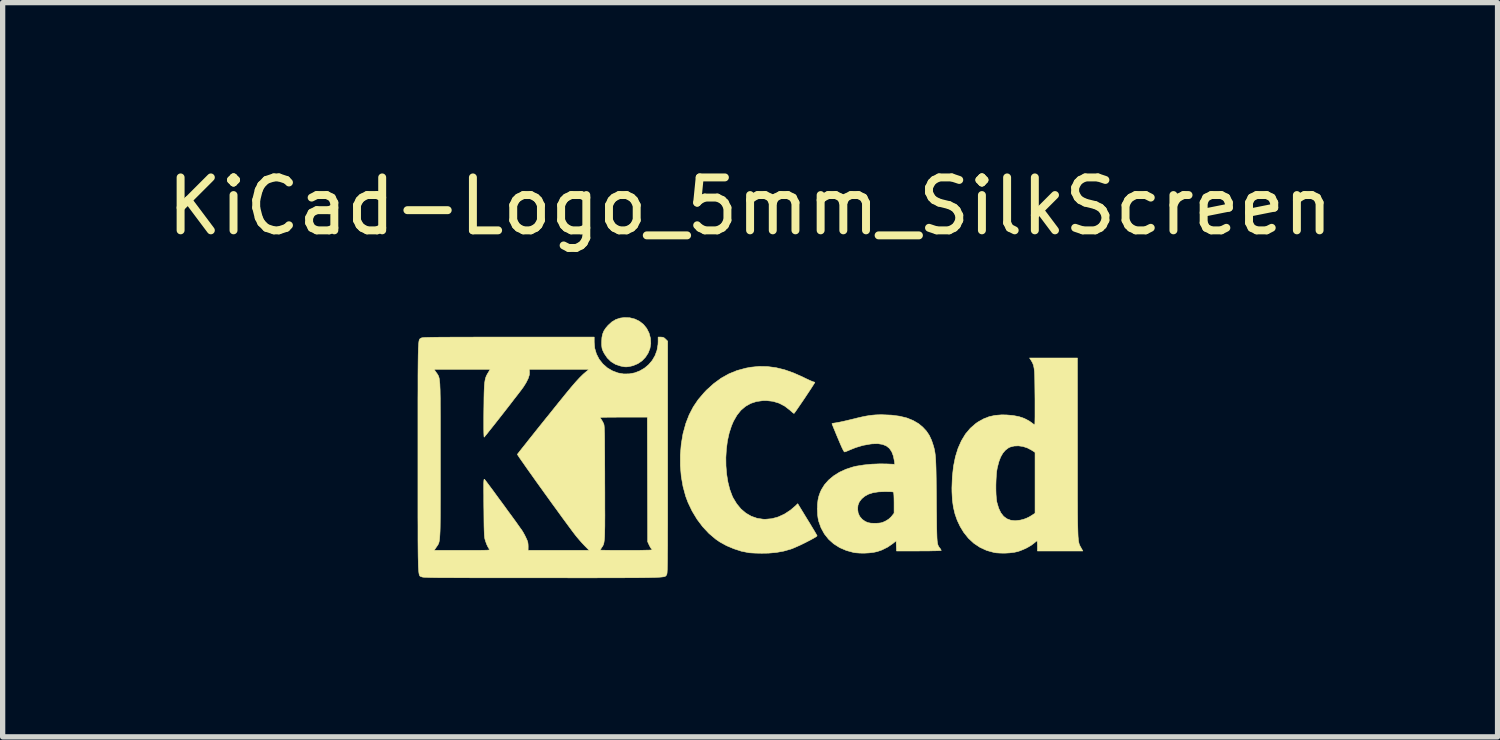
<source format=kicad_pcb>
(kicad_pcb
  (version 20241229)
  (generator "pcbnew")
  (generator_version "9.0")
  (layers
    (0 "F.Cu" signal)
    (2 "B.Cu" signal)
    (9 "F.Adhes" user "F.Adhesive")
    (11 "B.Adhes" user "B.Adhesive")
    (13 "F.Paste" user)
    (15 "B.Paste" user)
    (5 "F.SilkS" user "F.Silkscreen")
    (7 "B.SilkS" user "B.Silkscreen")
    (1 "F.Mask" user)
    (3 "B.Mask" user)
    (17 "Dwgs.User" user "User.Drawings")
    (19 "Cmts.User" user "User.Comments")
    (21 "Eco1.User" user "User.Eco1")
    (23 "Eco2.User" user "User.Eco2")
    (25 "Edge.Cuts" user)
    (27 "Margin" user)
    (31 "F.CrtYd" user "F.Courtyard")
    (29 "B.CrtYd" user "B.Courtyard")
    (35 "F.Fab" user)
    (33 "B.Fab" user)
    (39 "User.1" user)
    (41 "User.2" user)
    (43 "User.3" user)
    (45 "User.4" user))
  (footprint "KiCad-Logo_5mm_SilkScreen"
    (layer "F.Cu")
    (at 11.125 5.928)
    (property "Reference" "KiCad-Logo_5mm_SilkScreen" (at 0 -5.08 0) (layer "F.SilkS") (effects (font (size 1 1) (thickness 0.15))))
    (attr exclude_from_pos_files exclude_from_bom allow_missing_courtyard)
    (fp_poly (pts (xy -2.273 -2.973) (xy -2.177 -2.949) (xy -2.09 -2.906) (xy -2.015 -2.847) (xy -1.954 -2.772) (xy -1.909 -2.683) (xy -1.883 -2.586) (xy -1.877 -2.489) (xy -1.892 -2.395) (xy -1.926 -2.307) (xy -1.977 -2.228) (xy -2.042 -2.16) (xy -2.121 -2.106) (xy -2.212 -2.068) (xy -2.263 -2.056) (xy -2.308 -2.048) (xy -2.342 -2.045) (xy -2.375 -2.047) (xy -2.415 -2.054) (xy -2.449 -2.061) (xy -2.542 -2.092) (xy -2.626 -2.143) (xy -2.698 -2.213) (xy -2.756 -2.298) (xy -2.77 -2.326) (xy -2.787 -2.362) (xy -2.797 -2.392) (xy -2.802 -2.425) (xy -2.805 -2.466) (xy -2.805 -2.512) (xy -2.801 -2.596) (xy -2.787 -2.665) (xy -2.762 -2.726) (xy -2.723 -2.784) (xy -2.684 -2.829) (xy -2.612 -2.895) (xy -2.537 -2.94) (xy -2.455 -2.967) (xy -2.377 -2.977) (xy -2.273 -2.973)) (stroke (width 0.01) (type solid)) (fill yes) (layer "F.SilkS"))
    (fp_poly (pts (xy 0.328 -2.051) (xy 0.489 -2.03) (xy 0.653 -1.99) (xy 0.822 -1.93) (xy 1 -1.851) (xy 1.011 -1.845) (xy 1.069 -1.817) (xy 1.121 -1.793) (xy 1.162 -1.775) (xy 1.19 -1.764) (xy 1.2 -1.761) (xy 1.219 -1.756) (xy 1.224 -1.752) (xy 1.218 -1.741) (xy 1.202 -1.715) (xy 1.177 -1.676) (xy 1.145 -1.626) (xy 1.107 -1.569) (xy 1.066 -1.507) (xy 1.023 -1.442) (xy 0.98 -1.379) (xy 0.939 -1.319) (xy 0.902 -1.265) (xy 0.871 -1.22) (xy 0.847 -1.186) (xy 0.832 -1.167) (xy 0.83 -1.165) (xy 0.82 -1.17) (xy 0.798 -1.187) (xy 0.767 -1.214) (xy 0.752 -1.228) (xy 0.655 -1.303) (xy 0.548 -1.359) (xy 0.433 -1.394) (xy 0.31 -1.408) (xy 0.241 -1.407) (xy 0.119 -1.39) (xy 0.01 -1.354) (xy -0.087 -1.299) (xy -0.174 -1.225) (xy -0.249 -1.131) (xy -0.314 -1.018) (xy -0.351 -0.931) (xy -0.395 -0.796) (xy -0.428 -0.648) (xy -0.448 -0.493) (xy -0.458 -0.333) (xy -0.456 -0.173) (xy -0.443 -0.016) (xy -0.419 0.133) (xy -0.384 0.271) (xy -0.338 0.395) (xy -0.322 0.429) (xy -0.253 0.543) (xy -0.173 0.64) (xy -0.081 0.718) (xy 0.02 0.777) (xy 0.13 0.816) (xy 0.247 0.834) (xy 0.289 0.835) (xy 0.41 0.824) (xy 0.531 0.791) (xy 0.649 0.737) (xy 0.762 0.663) (xy 0.854 0.585) (xy 0.9 0.54) (xy 1.081 0.837) (xy 1.127 0.911) (xy 1.168 0.98) (xy 1.204 1.039) (xy 1.233 1.088) (xy 1.254 1.124) (xy 1.265 1.144) (xy 1.266 1.147) (xy 1.258 1.157) (xy 1.233 1.174) (xy 1.193 1.197) (xy 1.142 1.225) (xy 1.084 1.255) (xy 1.021 1.287) (xy 0.958 1.318) (xy 0.896 1.346) (xy 0.839 1.371) (xy 0.791 1.391) (xy 0.768 1.399) (xy 0.634 1.437) (xy 0.496 1.462) (xy 0.349 1.475) (xy 0.222 1.477) (xy 0.154 1.476) (xy 0.088 1.474) (xy 0.031 1.471) (xy -0.013 1.468) (xy -0.027 1.466) (xy -0.166 1.438) (xy -0.307 1.392) (xy -0.445 1.334) (xy -0.572 1.264) (xy -0.649 1.211) (xy -0.777 1.103) (xy -0.895 0.977) (xy -1.002 0.835) (xy -1.095 0.681) (xy -1.173 0.518) (xy -1.217 0.401) (xy -1.267 0.217) (xy -1.301 0.023) (xy -1.318 -0.179) (xy -1.318 -0.382) (xy -1.301 -0.584) (xy -1.268 -0.781) (xy -1.217 -0.967) (xy -1.214 -0.978) (xy -1.151 -1.14) (xy -1.074 -1.288) (xy -0.981 -1.426) (xy -0.868 -1.558) (xy -0.825 -1.604) (xy -0.688 -1.728) (xy -0.549 -1.83) (xy -0.403 -1.912) (xy -0.249 -1.975) (xy -0.084 -2.02) (xy 0.011 -2.038) (xy 0.17 -2.054) (xy 0.328 -2.051)) (stroke (width 0.01) (type solid)) (fill yes) (layer "F.SilkS"))
    (fp_poly (pts (xy 6.187 -0.528) (xy 6.187 -0.293) (xy 6.187 -0.08) (xy 6.187 0.112) (xy 6.187 0.285) (xy 6.187 0.441) (xy 6.188 0.579) (xy 6.188 0.701) (xy 6.189 0.808) (xy 6.19 0.901) (xy 6.192 0.982) (xy 6.194 1.051) (xy 6.196 1.11) (xy 6.198 1.159) (xy 6.202 1.2) (xy 6.205 1.234) (xy 6.21 1.262) (xy 6.214 1.285) (xy 6.22 1.304) (xy 6.226 1.321) (xy 6.233 1.335) (xy 6.24 1.349) (xy 6.249 1.364) (xy 6.254 1.373) (xy 6.288 1.434) (xy 5.43 1.434) (xy 5.43 1.338) (xy 5.429 1.294) (xy 5.427 1.261) (xy 5.424 1.243) (xy 5.423 1.242) (xy 5.412 1.249) (xy 5.389 1.267) (xy 5.366 1.286) (xy 5.312 1.327) (xy 5.242 1.368) (xy 5.165 1.405) (xy 5.088 1.435) (xy 5.057 1.445) (xy 4.989 1.46) (xy 4.906 1.47) (xy 4.816 1.475) (xy 4.728 1.474) (xy 4.649 1.469) (xy 4.612 1.463) (xy 4.473 1.425) (xy 4.346 1.367) (xy 4.23 1.29) (xy 4.127 1.195) (xy 4.036 1.081) (xy 3.969 0.97) (xy 3.914 0.854) (xy 3.872 0.734) (xy 3.842 0.608) (xy 3.823 0.472) (xy 3.815 0.32) (xy 3.814 0.243) (xy 3.816 0.186) (xy 4.645 0.186) (xy 4.645 0.279) (xy 4.648 0.367) (xy 4.654 0.444) (xy 4.662 0.505) (xy 4.665 0.517) (xy 4.697 0.625) (xy 4.738 0.712) (xy 4.79 0.779) (xy 4.853 0.826) (xy 4.926 0.853) (xy 5.011 0.862) (xy 5.107 0.851) (xy 5.17 0.835) (xy 5.219 0.817) (xy 5.274 0.791) (xy 5.314 0.767) (xy 5.385 0.721) (xy 5.385 -0.429) (xy 5.317 -0.473) (xy 5.239 -0.514) (xy 5.155 -0.541) (xy 5.07 -0.553) (xy 4.988 -0.549) (xy 4.915 -0.53) (xy 4.883 -0.515) (xy 4.826 -0.472) (xy 4.777 -0.415) (xy 4.735 -0.342) (xy 4.701 -0.252) (xy 4.672 -0.141) (xy 4.671 -0.135) (xy 4.66 -0.073) (xy 4.653 0.005) (xy 4.648 0.093) (xy 4.645 0.186) (xy 3.816 0.186) (xy 3.822 0.03) (xy 3.844 -0.166) (xy 3.88 -0.345) (xy 3.93 -0.506) (xy 3.994 -0.65) (xy 4.071 -0.777) (xy 4.163 -0.886) (xy 4.268 -0.977) (xy 4.314 -1.008) (xy 4.415 -1.064) (xy 4.518 -1.104) (xy 4.628 -1.128) (xy 4.749 -1.138) (xy 4.842 -1.137) (xy 4.971 -1.126) (xy 5.084 -1.104) (xy 5.183 -1.07) (xy 5.271 -1.024) (xy 5.32 -0.99) (xy 5.349 -0.968) (xy 5.371 -0.953) (xy 5.379 -0.948) (xy 5.381 -0.959) (xy 5.382 -0.99) (xy 5.383 -1.037) (xy 5.384 -1.1) (xy 5.384 -1.173) (xy 5.384 -1.256) (xy 5.384 -1.344) (xy 5.384 -1.436) (xy 5.383 -1.528) (xy 5.382 -1.618) (xy 5.381 -1.704) (xy 5.38 -1.781) (xy 5.379 -1.848) (xy 5.377 -1.902) (xy 5.375 -1.94) (xy 5.375 -1.947) (xy 5.367 -2.018) (xy 5.356 -2.073) (xy 5.338 -2.12) (xy 5.312 -2.166) (xy 5.305 -2.176) (xy 5.281 -2.213) (xy 6.186 -2.213) (xy 6.187 -0.528)) (stroke (width 0.01) (type solid)) (fill yes) (layer "F.SilkS"))
    (fp_poly (pts (xy 2.674 -1.133) (xy 2.825 -1.113) (xy 2.961 -1.08) (xy 3.08 -1.032) (xy 3.185 -0.971) (xy 3.262 -0.907) (xy 3.331 -0.833) (xy 3.385 -0.753) (xy 3.428 -0.661) (xy 3.443 -0.618) (xy 3.456 -0.579) (xy 3.467 -0.543) (xy 3.477 -0.508) (xy 3.485 -0.472) (xy 3.492 -0.433) (xy 3.498 -0.39) (xy 3.503 -0.34) (xy 3.507 -0.283) (xy 3.51 -0.215) (xy 3.513 -0.136) (xy 3.515 -0.043) (xy 3.517 0.066) (xy 3.518 0.192) (xy 3.52 0.337) (xy 3.521 0.48) (xy 3.522 0.636) (xy 3.524 0.771) (xy 3.525 0.887) (xy 3.526 0.986) (xy 3.528 1.068) (xy 3.53 1.136) (xy 3.532 1.192) (xy 3.535 1.236) (xy 3.539 1.271) (xy 3.544 1.299) (xy 3.55 1.321) (xy 3.557 1.338) (xy 3.565 1.352) (xy 3.574 1.366) (xy 3.585 1.38) (xy 3.59 1.385) (xy 3.605 1.408) (xy 3.612 1.423) (xy 3.612 1.424) (xy 3.602 1.426) (xy 3.571 1.428) (xy 3.522 1.43) (xy 3.458 1.431) (xy 3.382 1.433) (xy 3.295 1.433) (xy 3.2 1.434) (xy 3.19 1.434) (xy 2.767 1.434) (xy 2.763 1.338) (xy 2.76 1.242) (xy 2.698 1.293) (xy 2.601 1.36) (xy 2.491 1.415) (xy 2.404 1.445) (xy 2.335 1.46) (xy 2.252 1.47) (xy 2.162 1.475) (xy 2.074 1.474) (xy 1.995 1.468) (xy 1.959 1.463) (xy 1.819 1.425) (xy 1.692 1.37) (xy 1.58 1.299) (xy 1.484 1.213) (xy 1.404 1.112) (xy 1.341 0.997) (xy 1.296 0.871) (xy 1.284 0.814) (xy 1.276 0.752) (xy 1.273 0.677) (xy 1.272 0.643) (xy 1.272 0.64) (xy 2.032 0.64) (xy 2.042 0.715) (xy 2.07 0.779) (xy 2.118 0.835) (xy 2.123 0.839) (xy 2.172 0.874) (xy 2.223 0.897) (xy 2.284 0.909) (xy 2.359 0.911) (xy 2.377 0.911) (xy 2.431 0.908) (xy 2.471 0.903) (xy 2.506 0.893) (xy 2.545 0.876) (xy 2.556 0.871) (xy 2.616 0.835) (xy 2.663 0.792) (xy 2.676 0.777) (xy 2.721 0.72) (xy 2.721 0.525) (xy 2.72 0.446) (xy 2.718 0.388) (xy 2.715 0.349) (xy 2.711 0.327) (xy 2.707 0.32) (xy 2.691 0.317) (xy 2.657 0.314) (xy 2.61 0.313) (xy 2.555 0.312) (xy 2.546 0.312) (xy 2.425 0.317) (xy 2.323 0.333) (xy 2.236 0.361) (xy 2.164 0.401) (xy 2.109 0.448) (xy 2.064 0.506) (xy 2.039 0.569) (xy 2.032 0.64) (xy 1.272 0.64) (xy 1.274 0.55) (xy 1.283 0.471) (xy 1.299 0.4) (xy 1.324 0.329) (xy 1.348 0.276) (xy 1.407 0.181) (xy 1.485 0.093) (xy 1.58 0.014) (xy 1.69 -0.055) (xy 1.813 -0.111) (xy 1.945 -0.154) (xy 2.009 -0.169) (xy 2.146 -0.191) (xy 2.294 -0.206) (xy 2.446 -0.212) (xy 2.572 -0.211) (xy 2.734 -0.204) (xy 2.727 -0.263) (xy 2.707 -0.362) (xy 2.676 -0.443) (xy 2.632 -0.506) (xy 2.575 -0.551) (xy 2.503 -0.58) (xy 2.416 -0.594) (xy 2.313 -0.591) (xy 2.275 -0.587) (xy 2.134 -0.562) (xy 1.997 -0.521) (xy 1.902 -0.483) (xy 1.857 -0.464) (xy 1.819 -0.448) (xy 1.792 -0.439) (xy 1.785 -0.437) (xy 1.775 -0.446) (xy 1.758 -0.475) (xy 1.734 -0.524) (xy 1.703 -0.594) (xy 1.665 -0.684) (xy 1.658 -0.7) (xy 1.628 -0.772) (xy 1.601 -0.838) (xy 1.578 -0.893) (xy 1.561 -0.936) (xy 1.55 -0.963) (xy 1.547 -0.972) (xy 1.557 -0.977) (xy 1.583 -0.982) (xy 1.611 -0.986) (xy 1.642 -0.991) (xy 1.689 -1) (xy 1.751 -1.013) (xy 1.821 -1.029) (xy 1.896 -1.047) (xy 1.925 -1.054) (xy 2.03 -1.08) (xy 2.117 -1.1) (xy 2.192 -1.115) (xy 2.258 -1.126) (xy 2.319 -1.133) (xy 2.381 -1.138) (xy 2.446 -1.14) (xy 2.504 -1.14) (xy 2.674 -1.133)) (stroke (width 0.01) (type solid)) (fill yes) (layer "F.SilkS"))
    (fp_poly (pts (xy -2.946 -2.511) (xy -2.936 -2.397) (xy -2.904 -2.289) (xy -2.853 -2.19) (xy -2.784 -2.102) (xy -2.699 -2.027) (xy -2.602 -1.97) (xy -2.496 -1.93) (xy -2.389 -1.911) (xy -2.283 -1.913) (xy -2.181 -1.932) (xy -2.085 -1.969) (xy -1.996 -2.021) (xy -1.917 -2.087) (xy -1.849 -2.167) (xy -1.796 -2.258) (xy -1.759 -2.359) (xy -1.74 -2.47) (xy -1.738 -2.52) (xy -1.738 -2.608) (xy -1.687 -2.608) (xy -1.65 -2.605) (xy -1.623 -2.593) (xy -1.596 -2.569) (xy -1.558 -2.531) (xy -1.558 -0.339) (xy -1.558 -0.077) (xy -1.558 0.163) (xy -1.558 0.383) (xy -1.558 0.583) (xy -1.558 0.764) (xy -1.558 0.928) (xy -1.559 1.074) (xy -1.559 1.205) (xy -1.559 1.32) (xy -1.56 1.421) (xy -1.561 1.509) (xy -1.561 1.585) (xy -1.562 1.65) (xy -1.563 1.704) (xy -1.564 1.749) (xy -1.565 1.786) (xy -1.567 1.815) (xy -1.568 1.837) (xy -1.57 1.854) (xy -1.572 1.866) (xy -1.574 1.874) (xy -1.576 1.88) (xy -1.577 1.882) (xy -1.581 1.889) (xy -1.585 1.895) (xy -1.589 1.901) (xy -1.594 1.906) (xy -1.601 1.911) (xy -1.611 1.916) (xy -1.625 1.92) (xy -1.645 1.923) (xy -1.669 1.926) (xy -1.701 1.929) (xy -1.741 1.931) (xy -1.789 1.934) (xy -1.846 1.935) (xy -1.914 1.937) (xy -1.994 1.938) (xy -2.085 1.939) (xy -2.19 1.94) (xy -2.309 1.94) (xy -2.443 1.941) (xy -2.593 1.941) (xy -2.76 1.941) (xy -2.945 1.942) (xy -3.149 1.942) (xy -3.372 1.942) (xy -3.616 1.941) (xy -3.881 1.941) (xy -3.92 1.941) (xy -4.187 1.941) (xy -4.432 1.941) (xy -4.657 1.941) (xy -4.861 1.941) (xy -5.047 1.941) (xy -5.215 1.941) (xy -5.366 1.94) (xy -5.501 1.94) (xy -5.62 1.939) (xy -5.725 1.939) (xy -5.817 1.938) (xy -5.896 1.938) (xy -5.964 1.937) (xy -6.021 1.936) (xy -6.069 1.935) (xy -6.107 1.933) (xy -6.138 1.932) (xy -6.162 1.931) (xy -6.18 1.929) (xy -6.192 1.927) (xy -6.201 1.925) (xy -6.205 1.923) (xy -6.214 1.92) (xy -6.221 1.917) (xy -6.229 1.915) (xy -6.235 1.911) (xy -6.241 1.906) (xy -6.246 1.897) (xy -6.251 1.885) (xy -6.255 1.869) (xy -6.259 1.846) (xy -6.262 1.818) (xy -6.265 1.781) (xy -6.268 1.737) (xy -6.27 1.683) (xy -6.271 1.618) (xy -6.273 1.543) (xy -6.274 1.455) (xy -6.275 1.354) (xy -6.276 1.239) (xy -6.276 1.11) (xy -6.276 0.964) (xy -6.277 0.802) (xy -6.277 0.621) (xy -6.277 0.422) (xy -6.277 0.204) (xy -6.277 -0.035) (xy -6.277 -0.296) (xy -6.277 -0.338) (xy -6.277 -0.601) (xy -6.277 -0.842) (xy -6.277 -1.063) (xy -6.277 -1.264) (xy -6.277 -1.446) (xy -6.276 -1.61) (xy -6.276 -1.757) (xy -6.276 -1.888) (xy -6.275 -1.998) (xy -5.972 -1.998) (xy -5.932 -1.94) (xy -5.921 -1.925) (xy -5.911 -1.911) (xy -5.902 -1.897) (xy -5.894 -1.883) (xy -5.887 -1.868) (xy -5.881 -1.849) (xy -5.875 -1.826) (xy -5.871 -1.798) (xy -5.867 -1.764) (xy -5.863 -1.722) (xy -5.861 -1.67) (xy -5.858 -1.609) (xy -5.857 -1.537) (xy -5.855 -1.452) (xy -5.855 -1.354) (xy -5.854 -1.24) (xy -5.853 -1.111) (xy -5.853 -0.965) (xy -5.853 -0.8) (xy -5.853 -0.616) (xy -5.853 -0.41) (xy -5.853 -0.288) (xy -5.853 -0.071) (xy -5.853 0.125) (xy -5.853 0.3) (xy -5.853 0.456) (xy -5.854 0.595) (xy -5.854 0.717) (xy -5.855 0.823) (xy -5.856 0.915) (xy -5.857 0.994) (xy -5.859 1.062) (xy -5.862 1.118) (xy -5.865 1.165) (xy -5.868 1.204) (xy -5.872 1.235) (xy -5.877 1.261) (xy -5.883 1.282) (xy -5.89 1.299) (xy -5.897 1.314) (xy -5.906 1.327) (xy -5.915 1.341) (xy -5.925 1.356) (xy -5.932 1.365) (xy -5.97 1.422) (xy -5.439 1.422) (xy -5.315 1.422) (xy -5.213 1.422) (xy -5.129 1.422) (xy -5.063 1.421) (xy -5.012 1.42) (xy -4.974 1.419) (xy -4.948 1.417) (xy -4.932 1.415) (xy -4.923 1.412) (xy -4.921 1.408) (xy -4.923 1.404) (xy -4.925 1.403) (xy -4.95 1.366) (xy -4.976 1.313) (xy -4.999 1.251) (xy -5.007 1.224) (xy -5.012 1.206) (xy -5.016 1.185) (xy -5.019 1.159) (xy -5.022 1.126) (xy -5.024 1.083) (xy -5.026 1.028) (xy -5.028 0.96) (xy -5.029 0.877) (xy -5.03 0.775) (xy -5.031 0.654) (xy -5.032 0.61) (xy -5.033 0.484) (xy -5.033 0.38) (xy -5.034 0.295) (xy -5.034 0.227) (xy -5.034 0.174) (xy -5.033 0.135) (xy -5.031 0.107) (xy -5.029 0.09) (xy -5.027 0.081) (xy -5.023 0.078) (xy -5.019 0.08) (xy -5.015 0.085) (xy -5.004 0.098) (xy -4.982 0.127) (xy -4.95 0.17) (xy -4.909 0.225) (xy -4.861 0.289) (xy -4.808 0.362) (xy -4.751 0.44) (xy -4.691 0.521) (xy -4.631 0.603) (xy -4.572 0.685) (xy -4.514 0.763) (xy -4.461 0.836) (xy -4.413 0.902) (xy -4.373 0.959) (xy -4.341 1.004) (xy -4.318 1.035) (xy -4.314 1.041) (xy -4.291 1.078) (xy -4.264 1.126) (xy -4.239 1.176) (xy -4.236 1.183) (xy -4.214 1.231) (xy -4.201 1.268) (xy -4.196 1.304) (xy -4.194 1.346) (xy -4.195 1.422) (xy -3.041 1.422) (xy -3.132 1.329) (xy -3.179 1.279) (xy -3.229 1.222) (xy -3.275 1.168) (xy -3.295 1.143) (xy -3.326 1.103) (xy -3.366 1.05) (xy -3.414 0.985) (xy -3.47 0.909) (xy -3.532 0.825) (xy -3.599 0.733) (xy -3.669 0.636) (xy -3.743 0.535) (xy -3.817 0.432) (xy -3.892 0.328) (xy -3.966 0.225) (xy -4.038 0.125) (xy -4.106 0.029) (xy -4.17 -0.061) (xy -4.229 -0.144) (xy -4.28 -0.218) (xy -4.324 -0.28) (xy -4.359 -0.33) (xy -4.383 -0.367) (xy -4.396 -0.387) (xy -4.398 -0.391) (xy -4.39 -0.403) (xy -4.369 -0.43) (xy -4.337 -0.471) (xy -4.294 -0.525) (xy -4.243 -0.589) (xy -4.185 -0.663) (xy -4.12 -0.744) (xy -4.051 -0.831) (xy -3.979 -0.921) (xy -3.904 -1.014) (xy -3.845 -1.088) (xy -2.834 -1.088) (xy -2.828 -1.075) (xy -2.813 -1.053) (xy -2.812 -1.052) (xy -2.793 -1.021) (xy -2.774 -0.985) (xy -2.77 -0.976) (xy -2.766 -0.968) (xy -2.763 -0.958) (xy -2.76 -0.945) (xy -2.758 -0.927) (xy -2.756 -0.904) (xy -2.754 -0.873) (xy -2.753 -0.833) (xy -2.751 -0.784) (xy -2.75 -0.723) (xy -2.749 -0.649) (xy -2.749 -0.561) (xy -2.748 -0.457) (xy -2.747 -0.337) (xy -2.747 -0.198) (xy -2.746 -0.039) (xy -2.746 0.14) (xy -2.745 0.325) (xy -2.745 0.489) (xy -2.745 0.633) (xy -2.744 0.759) (xy -2.745 0.868) (xy -2.745 0.961) (xy -2.747 1.04) (xy -2.748 1.106) (xy -2.75 1.161) (xy -2.753 1.206) (xy -2.757 1.242) (xy -2.761 1.271) (xy -2.766 1.295) (xy -2.772 1.313) (xy -2.779 1.329) (xy -2.787 1.344) (xy -2.797 1.358) (xy -2.805 1.37) (xy -2.822 1.396) (xy -2.832 1.414) (xy -2.834 1.417) (xy -2.823 1.418) (xy -2.791 1.419) (xy -2.742 1.42) (xy -2.677 1.421) (xy -2.599 1.422) (xy -2.51 1.422) (xy -2.411 1.422) (xy -2.342 1.422) (xy -2.237 1.422) (xy -2.141 1.422) (xy -2.054 1.421) (xy -1.98 1.419) (xy -1.921 1.418) (xy -1.879 1.416) (xy -1.855 1.414) (xy -1.851 1.412) (xy -1.859 1.398) (xy -1.867 1.39) (xy -1.88 1.372) (xy -1.897 1.342) (xy -1.909 1.318) (xy -1.936 1.259) (xy -1.939 0.082) (xy -1.942 -1.095) (xy -2.388 -1.095) (xy -2.486 -1.095) (xy -2.576 -1.094) (xy -2.657 -1.094) (xy -2.725 -1.093) (xy -2.779 -1.092) (xy -2.815 -1.09) (xy -2.833 -1.089) (xy -2.834 -1.088) (xy -3.845 -1.088) (xy -3.829 -1.107) (xy -3.755 -1.199) (xy -3.683 -1.289) (xy -3.615 -1.374) (xy -3.551 -1.452) (xy -3.494 -1.523) (xy -3.444 -1.584) (xy -3.403 -1.633) (xy -3.386 -1.654) (xy -3.3 -1.754) (xy -3.223 -1.838) (xy -3.154 -1.906) (xy -3.091 -1.96) (xy -3.082 -1.967) (xy -3.042 -1.998) (xy -4.174 -1.998) (xy -4.169 -1.95) (xy -4.172 -1.893) (xy -4.194 -1.825) (xy -4.234 -1.745) (xy -4.279 -1.673) (xy -4.295 -1.65) (xy -4.323 -1.612) (xy -4.361 -1.562) (xy -4.408 -1.501) (xy -4.462 -1.432) (xy -4.52 -1.356) (xy -4.582 -1.276) (xy -4.646 -1.194) (xy -4.71 -1.112) (xy -4.773 -1.032) (xy -4.832 -0.957) (xy -4.887 -0.888) (xy -4.935 -0.828) (xy -4.974 -0.778) (xy -5.004 -0.742) (xy -5.022 -0.72) (xy -5.025 -0.717) (xy -5.028 -0.725) (xy -5.03 -0.755) (xy -5.032 -0.807) (xy -5.033 -0.881) (xy -5.033 -0.977) (xy -5.033 -1.094) (xy -5.032 -1.214) (xy -5.03 -1.346) (xy -5.029 -1.457) (xy -5.027 -1.551) (xy -5.024 -1.629) (xy -5.021 -1.692) (xy -5.016 -1.745) (xy -5.009 -1.788) (xy -5.002 -1.823) (xy -4.992 -1.854) (xy -4.98 -1.882) (xy -4.965 -1.91) (xy -4.95 -1.935) (xy -4.912 -1.998) (xy -5.972 -1.998) (xy -6.275 -1.998) (xy -6.275 -2.004) (xy -6.274 -2.106) (xy -6.273 -2.195) (xy -6.272 -2.272) (xy -6.27 -2.337) (xy -6.269 -2.393) (xy -6.266 -2.438) (xy -6.264 -2.475) (xy -6.261 -2.505) (xy -6.258 -2.528) (xy -6.254 -2.546) (xy -6.25 -2.559) (xy -6.245 -2.568) (xy -6.24 -2.574) (xy -6.234 -2.579) (xy -6.228 -2.582) (xy -6.222 -2.586) (xy -6.216 -2.589) (xy -6.21 -2.592) (xy -6.202 -2.594) (xy -6.19 -2.596) (xy -6.173 -2.598) (xy -6.149 -2.6) (xy -6.118 -2.601) (xy -6.079 -2.602) (xy -6.03 -2.603) (xy -5.971 -2.604) (xy -5.899 -2.605) (xy -5.815 -2.606) (xy -5.718 -2.606) (xy -5.605 -2.607) (xy -5.476 -2.607) (xy -5.33 -2.607) (xy -5.166 -2.608) (xy -4.982 -2.608) (xy -4.778 -2.608) (xy -4.567 -2.608) (xy -2.946 -2.608) (xy -2.946 -2.511)) (stroke (width 0.01) (type solid)) (fill yes) (layer "F.SilkS")))
  (gr_rect
    (start -3 -3)
    (end 25.25 10.875)
    (stroke (width 0.1) (type default))
    (fill no)
    (layer "Edge.Cuts")))
</source>
